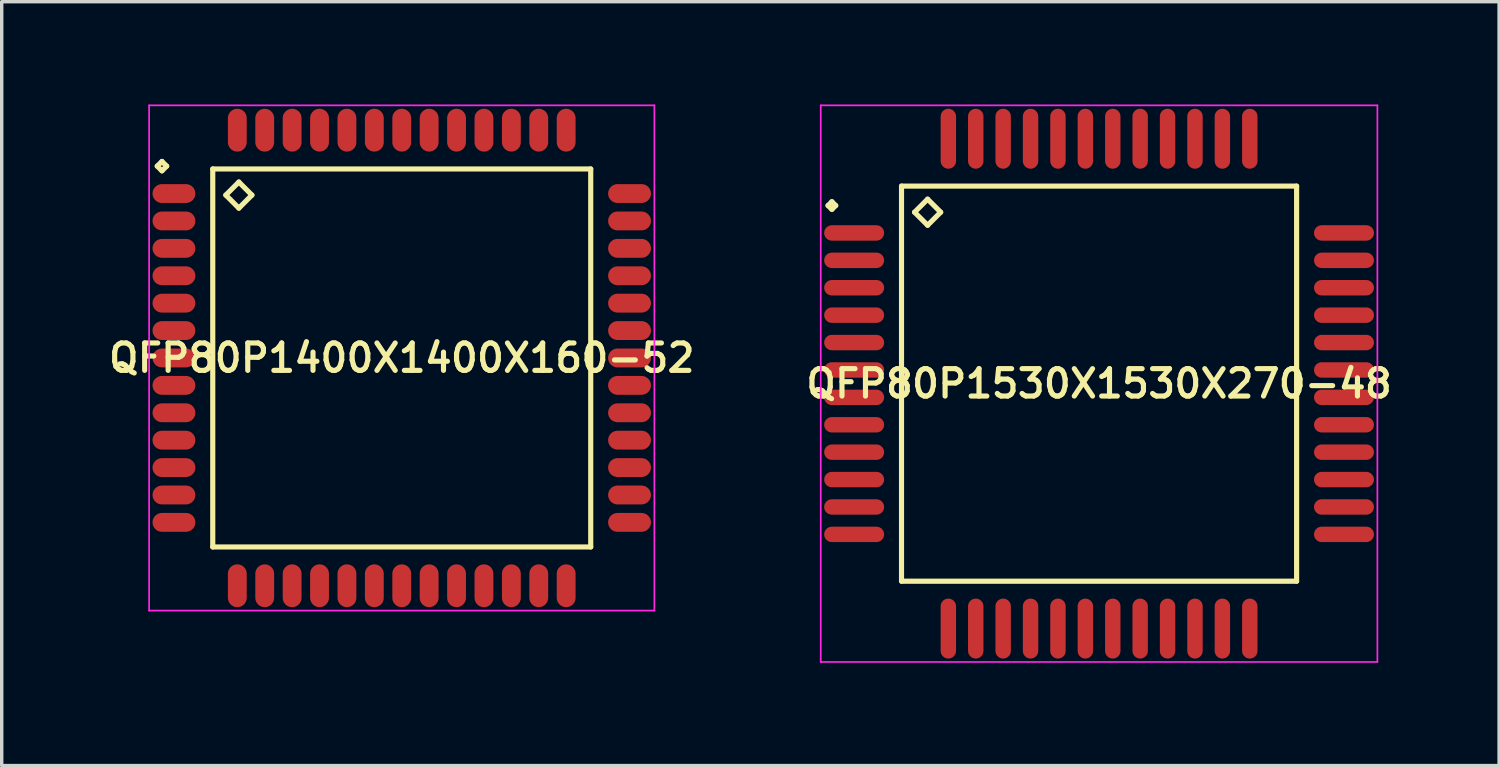
<source format=kicad_pcb>
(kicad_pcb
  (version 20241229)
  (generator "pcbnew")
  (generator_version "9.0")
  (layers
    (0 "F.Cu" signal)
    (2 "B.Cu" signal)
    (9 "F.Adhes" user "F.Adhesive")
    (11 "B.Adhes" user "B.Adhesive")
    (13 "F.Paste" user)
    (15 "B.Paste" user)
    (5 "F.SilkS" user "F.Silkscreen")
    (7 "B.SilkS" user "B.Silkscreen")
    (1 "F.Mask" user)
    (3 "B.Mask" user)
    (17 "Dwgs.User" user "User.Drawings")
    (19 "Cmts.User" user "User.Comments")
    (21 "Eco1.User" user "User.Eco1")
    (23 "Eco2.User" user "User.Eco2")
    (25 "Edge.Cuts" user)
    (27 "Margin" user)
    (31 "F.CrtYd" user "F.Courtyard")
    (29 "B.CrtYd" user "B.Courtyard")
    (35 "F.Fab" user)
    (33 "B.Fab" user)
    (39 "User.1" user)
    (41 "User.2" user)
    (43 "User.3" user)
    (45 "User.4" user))
  (footprint "QFP80P1400X1400X160-52"
    (layer "F.Cu")
    (at 8.678 7.4)
    (property "Reference" "QFP80P1400X1400X160-52" (at 0 0 0) (layer "F.SilkS") (effects (font (size 0.8 0.8) (thickness 0.15))))
    (attr smd)
    (fp_line (start -7.138 -5.6) (end -7 -5.737) (stroke (width 0.15) (type solid)) (layer "F.SilkS"))
    (fp_line (start -7 -5.737) (end -6.862 -5.6) (stroke (width 0.15) (type solid)) (layer "F.SilkS"))
    (fp_line (start -7 -5.463) (end -7.138 -5.6) (stroke (width 0.15) (type solid)) (layer "F.SilkS"))
    (fp_line (start -6.862 -5.6) (end -7 -5.463) (stroke (width 0.15) (type solid)) (layer "F.SilkS"))
    (fp_line (start -5.517 -5.517) (end -5.517 5.517) (stroke (width 0.15) (type solid)) (layer "F.SilkS"))
    (fp_line (start -5.517 5.517) (end 5.517 5.517) (stroke (width 0.15) (type solid)) (layer "F.SilkS"))
    (fp_line (start -5.136 -4.755) (end -4.755 -5.136) (stroke (width 0.15) (type solid)) (layer "F.SilkS"))
    (fp_line (start -4.755 -5.136) (end -4.374 -4.755) (stroke (width 0.15) (type solid)) (layer "F.SilkS"))
    (fp_line (start -4.755 -4.374) (end -5.136 -4.755) (stroke (width 0.15) (type solid)) (layer "F.SilkS"))
    (fp_line (start -4.374 -4.755) (end -4.755 -4.374) (stroke (width 0.15) (type solid)) (layer "F.SilkS"))
    (fp_line (start 5.517 -5.517) (end -5.517 -5.517) (stroke (width 0.15) (type solid)) (layer "F.SilkS"))
    (fp_line (start 5.517 5.517) (end 5.517 -5.517) (stroke (width 0.15) (type solid)) (layer "F.SilkS"))
    (fp_line (start -7.375 -7.375) (end 7.375 -7.375) (stroke (width 0.05) (type solid)) (layer "F.CrtYd"))
    (fp_line (start -7.375 7.375) (end -7.375 -7.375) (stroke (width 0.05) (type solid)) (layer "F.CrtYd"))
    (fp_line (start 7.375 -7.375) (end 7.375 7.375) (stroke (width 0.05) (type solid)) (layer "F.CrtYd"))
    (fp_line (start 7.375 7.375) (end -7.375 7.375) (stroke (width 0.05) (type solid)) (layer "F.CrtYd"))
    (pad "1" smd oval (at -6.65 -4.8) (size 1.25 0.55) (layers "F.Cu" "F.Mask" "F.Paste"))
    (pad "2" smd oval (at -6.65 -4) (size 1.25 0.55) (layers "F.Cu" "F.Mask" "F.Paste"))
    (pad "3" smd oval (at -6.65 -3.2) (size 1.25 0.55) (layers "F.Cu" "F.Mask" "F.Paste"))
    (pad "4" smd oval (at -6.65 -2.4) (size 1.25 0.55) (layers "F.Cu" "F.Mask" "F.Paste"))
    (pad "5" smd oval (at -6.65 -1.6) (size 1.25 0.55) (layers "F.Cu" "F.Mask" "F.Paste"))
    (pad "6" smd oval (at -6.65 -0.8) (size 1.25 0.55) (layers "F.Cu" "F.Mask" "F.Paste"))
    (pad "7" smd oval (at -6.65 0) (size 1.25 0.55) (layers "F.Cu" "F.Mask" "F.Paste"))
    (pad "8" smd oval (at -6.65 0.8) (size 1.25 0.55) (layers "F.Cu" "F.Mask" "F.Paste"))
    (pad "9" smd oval (at -6.65 1.6) (size 1.25 0.55) (layers "F.Cu" "F.Mask" "F.Paste"))
    (pad "10" smd oval (at -6.65 2.4) (size 1.25 0.55) (layers "F.Cu" "F.Mask" "F.Paste"))
    (pad "11" smd oval (at -6.65 3.2) (size 1.25 0.55) (layers "F.Cu" "F.Mask" "F.Paste"))
    (pad "12" smd oval (at -6.65 4) (size 1.25 0.55) (layers "F.Cu" "F.Mask" "F.Paste"))
    (pad "13" smd oval (at -6.65 4.8) (size 1.25 0.55) (layers "F.Cu" "F.Mask" "F.Paste"))
    (pad "14" smd oval (at -4.8 6.65) (size 0.55 1.25) (layers "F.Cu" "F.Mask" "F.Paste"))
    (pad "15" smd oval (at -4 6.65) (size 0.55 1.25) (layers "F.Cu" "F.Mask" "F.Paste"))
    (pad "16" smd oval (at -3.2 6.65) (size 0.55 1.25) (layers "F.Cu" "F.Mask" "F.Paste"))
    (pad "17" smd oval (at -2.4 6.65) (size 0.55 1.25) (layers "F.Cu" "F.Mask" "F.Paste"))
    (pad "18" smd oval (at -1.6 6.65) (size 0.55 1.25) (layers "F.Cu" "F.Mask" "F.Paste"))
    (pad "19" smd oval (at -0.8 6.65) (size 0.55 1.25) (layers "F.Cu" "F.Mask" "F.Paste"))
    (pad "20" smd oval (at 0 6.65) (size 0.55 1.25) (layers "F.Cu" "F.Mask" "F.Paste"))
    (pad "21" smd oval (at 0.8 6.65) (size 0.55 1.25) (layers "F.Cu" "F.Mask" "F.Paste"))
    (pad "22" smd oval (at 1.6 6.65) (size 0.55 1.25) (layers "F.Cu" "F.Mask" "F.Paste"))
    (pad "23" smd oval (at 2.4 6.65) (size 0.55 1.25) (layers "F.Cu" "F.Mask" "F.Paste"))
    (pad "24" smd oval (at 3.2 6.65) (size 0.55 1.25) (layers "F.Cu" "F.Mask" "F.Paste"))
    (pad "25" smd oval (at 4 6.65) (size 0.55 1.25) (layers "F.Cu" "F.Mask" "F.Paste"))
    (pad "26" smd oval (at 4.8 6.65) (size 0.55 1.25) (layers "F.Cu" "F.Mask" "F.Paste"))
    (pad "27" smd oval (at 6.65 4.8) (size 1.25 0.55) (layers "F.Cu" "F.Mask" "F.Paste"))
    (pad "28" smd oval (at 6.65 4) (size 1.25 0.55) (layers "F.Cu" "F.Mask" "F.Paste"))
    (pad "29" smd oval (at 6.65 3.2) (size 1.25 0.55) (layers "F.Cu" "F.Mask" "F.Paste"))
    (pad "30" smd oval (at 6.65 2.4) (size 1.25 0.55) (layers "F.Cu" "F.Mask" "F.Paste"))
    (pad "31" smd oval (at 6.65 1.6) (size 1.25 0.55) (layers "F.Cu" "F.Mask" "F.Paste"))
    (pad "32" smd oval (at 6.65 0.8) (size 1.25 0.55) (layers "F.Cu" "F.Mask" "F.Paste"))
    (pad "33" smd oval (at 6.65 0) (size 1.25 0.55) (layers "F.Cu" "F.Mask" "F.Paste"))
    (pad "34" smd oval (at 6.65 -0.8) (size 1.25 0.55) (layers "F.Cu" "F.Mask" "F.Paste"))
    (pad "35" smd oval (at 6.65 -1.6) (size 1.25 0.55) (layers "F.Cu" "F.Mask" "F.Paste"))
    (pad "36" smd oval (at 6.65 -2.4) (size 1.25 0.55) (layers "F.Cu" "F.Mask" "F.Paste"))
    (pad "37" smd oval (at 6.65 -3.2) (size 1.25 0.55) (layers "F.Cu" "F.Mask" "F.Paste"))
    (pad "38" smd oval (at 6.65 -4) (size 1.25 0.55) (layers "F.Cu" "F.Mask" "F.Paste"))
    (pad "39" smd oval (at 6.65 -4.8) (size 1.25 0.55) (layers "F.Cu" "F.Mask" "F.Paste"))
    (pad "40" smd oval (at 4.8 -6.65) (size 0.55 1.25) (layers "F.Cu" "F.Mask" "F.Paste"))
    (pad "41" smd oval (at 4 -6.65) (size 0.55 1.25) (layers "F.Cu" "F.Mask" "F.Paste"))
    (pad "42" smd oval (at 3.2 -6.65) (size 0.55 1.25) (layers "F.Cu" "F.Mask" "F.Paste"))
    (pad "43" smd oval (at 2.4 -6.65) (size 0.55 1.25) (layers "F.Cu" "F.Mask" "F.Paste"))
    (pad "44" smd oval (at 1.6 -6.65) (size 0.55 1.25) (layers "F.Cu" "F.Mask" "F.Paste"))
    (pad "45" smd oval (at 0.8 -6.65) (size 0.55 1.25) (layers "F.Cu" "F.Mask" "F.Paste"))
    (pad "46" smd oval (at 0 -6.65) (size 0.55 1.25) (layers "F.Cu" "F.Mask" "F.Paste"))
    (pad "47" smd oval (at -0.8 -6.65) (size 0.55 1.25) (layers "F.Cu" "F.Mask" "F.Paste"))
    (pad "48" smd oval (at -1.6 -6.65) (size 0.55 1.25) (layers "F.Cu" "F.Mask" "F.Paste"))
    (pad "49" smd oval (at -2.4 -6.65) (size 0.55 1.25) (layers "F.Cu" "F.Mask" "F.Paste"))
    (pad "50" smd oval (at -3.2 -6.65) (size 0.55 1.25) (layers "F.Cu" "F.Mask" "F.Paste"))
    (pad "51" smd oval (at -4 -6.65) (size 0.55 1.25) (layers "F.Cu" "F.Mask" "F.Paste"))
    (pad "52" smd oval (at -4.8 -6.65) (size 0.55 1.25) (layers "F.Cu" "F.Mask" "F.Paste")))
  (footprint "QFP80P1530X1530X270-48"
    (layer "F.Cu")
    (at 29.035 8.15)
    (property "Reference" "QFP80P1530X1530X270-48" (at 0 0 0) (layer "F.SilkS") (effects (font (size 0.8 0.8) (thickness 0.15))))
    (attr smd)
    (fp_line (start -7.912 -5.2) (end -7.8 -5.312) (stroke (width 0.15) (type solid)) (layer "F.SilkS"))
    (fp_line (start -7.8 -5.312) (end -7.688 -5.2) (stroke (width 0.15) (type solid)) (layer "F.SilkS"))
    (fp_line (start -7.8 -5.088) (end -7.912 -5.2) (stroke (width 0.15) (type solid)) (layer "F.SilkS"))
    (fp_line (start -7.688 -5.2) (end -7.8 -5.088) (stroke (width 0.15) (type solid)) (layer "F.SilkS"))
    (fp_line (start -5.767 -5.767) (end -5.767 5.767) (stroke (width 0.15) (type solid)) (layer "F.SilkS"))
    (fp_line (start -5.767 5.767) (end 5.767 5.767) (stroke (width 0.15) (type solid)) (layer "F.SilkS"))
    (fp_line (start -5.386 -5.005) (end -5.005 -5.386) (stroke (width 0.15) (type solid)) (layer "F.SilkS"))
    (fp_line (start -5.005 -5.386) (end -4.624 -5.005) (stroke (width 0.15) (type solid)) (layer "F.SilkS"))
    (fp_line (start -5.005 -4.624) (end -5.386 -5.005) (stroke (width 0.15) (type solid)) (layer "F.SilkS"))
    (fp_line (start -4.624 -5.005) (end -5.005 -4.624) (stroke (width 0.15) (type solid)) (layer "F.SilkS"))
    (fp_line (start 5.767 -5.767) (end -5.767 -5.767) (stroke (width 0.15) (type solid)) (layer "F.SilkS"))
    (fp_line (start 5.767 5.767) (end 5.767 -5.767) (stroke (width 0.15) (type solid)) (layer "F.SilkS"))
    (fp_line (start -8.125 -8.125) (end 8.125 -8.125) (stroke (width 0.05) (type solid)) (layer "F.CrtYd"))
    (fp_line (start -8.125 8.125) (end -8.125 -8.125) (stroke (width 0.05) (type solid)) (layer "F.CrtYd"))
    (fp_line (start 8.125 -8.125) (end 8.125 8.125) (stroke (width 0.05) (type solid)) (layer "F.CrtYd"))
    (fp_line (start 8.125 8.125) (end -8.125 8.125) (stroke (width 0.05) (type solid)) (layer "F.CrtYd"))
    (pad "1" smd oval (at -7.15 -4.4) (size 1.75 0.45) (layers "F.Cu" "F.Mask" "F.Paste"))
    (pad "2" smd oval (at -7.15 -3.6) (size 1.75 0.45) (layers "F.Cu" "F.Mask" "F.Paste"))
    (pad "3" smd oval (at -7.15 -2.8) (size 1.75 0.45) (layers "F.Cu" "F.Mask" "F.Paste"))
    (pad "4" smd oval (at -7.15 -2) (size 1.75 0.45) (layers "F.Cu" "F.Mask" "F.Paste"))
    (pad "5" smd oval (at -7.15 -1.2) (size 1.75 0.45) (layers "F.Cu" "F.Mask" "F.Paste"))
    (pad "6" smd oval (at -7.15 -0.4) (size 1.75 0.45) (layers "F.Cu" "F.Mask" "F.Paste"))
    (pad "7" smd oval (at -7.15 0.4) (size 1.75 0.45) (layers "F.Cu" "F.Mask" "F.Paste"))
    (pad "8" smd oval (at -7.15 1.2) (size 1.75 0.45) (layers "F.Cu" "F.Mask" "F.Paste"))
    (pad "9" smd oval (at -7.15 2) (size 1.75 0.45) (layers "F.Cu" "F.Mask" "F.Paste"))
    (pad "10" smd oval (at -7.15 2.8) (size 1.75 0.45) (layers "F.Cu" "F.Mask" "F.Paste"))
    (pad "11" smd oval (at -7.15 3.6) (size 1.75 0.45) (layers "F.Cu" "F.Mask" "F.Paste"))
    (pad "12" smd oval (at -7.15 4.4) (size 1.75 0.45) (layers "F.Cu" "F.Mask" "F.Paste"))
    (pad "13" smd oval (at -4.4 7.15) (size 0.45 1.75) (layers "F.Cu" "F.Mask" "F.Paste"))
    (pad "14" smd oval (at -3.6 7.15) (size 0.45 1.75) (layers "F.Cu" "F.Mask" "F.Paste"))
    (pad "15" smd oval (at -2.8 7.15) (size 0.45 1.75) (layers "F.Cu" "F.Mask" "F.Paste"))
    (pad "16" smd oval (at -2 7.15) (size 0.45 1.75) (layers "F.Cu" "F.Mask" "F.Paste"))
    (pad "17" smd oval (at -1.2 7.15) (size 0.45 1.75) (layers "F.Cu" "F.Mask" "F.Paste"))
    (pad "18" smd oval (at -0.4 7.15) (size 0.45 1.75) (layers "F.Cu" "F.Mask" "F.Paste"))
    (pad "19" smd oval (at 0.4 7.15) (size 0.45 1.75) (layers "F.Cu" "F.Mask" "F.Paste"))
    (pad "20" smd oval (at 1.2 7.15) (size 0.45 1.75) (layers "F.Cu" "F.Mask" "F.Paste"))
    (pad "21" smd oval (at 2 7.15) (size 0.45 1.75) (layers "F.Cu" "F.Mask" "F.Paste"))
    (pad "22" smd oval (at 2.8 7.15) (size 0.45 1.75) (layers "F.Cu" "F.Mask" "F.Paste"))
    (pad "23" smd oval (at 3.6 7.15) (size 0.45 1.75) (layers "F.Cu" "F.Mask" "F.Paste"))
    (pad "24" smd oval (at 4.4 7.15) (size 0.45 1.75) (layers "F.Cu" "F.Mask" "F.Paste"))
    (pad "25" smd oval (at 7.15 4.4) (size 1.75 0.45) (layers "F.Cu" "F.Mask" "F.Paste"))
    (pad "26" smd oval (at 7.15 3.6) (size 1.75 0.45) (layers "F.Cu" "F.Mask" "F.Paste"))
    (pad "27" smd oval (at 7.15 2.8) (size 1.75 0.45) (layers "F.Cu" "F.Mask" "F.Paste"))
    (pad "28" smd oval (at 7.15 2) (size 1.75 0.45) (layers "F.Cu" "F.Mask" "F.Paste"))
    (pad "29" smd oval (at 7.15 1.2) (size 1.75 0.45) (layers "F.Cu" "F.Mask" "F.Paste"))
    (pad "30" smd oval (at 7.15 0.4) (size 1.75 0.45) (layers "F.Cu" "F.Mask" "F.Paste"))
    (pad "31" smd oval (at 7.15 -0.4) (size 1.75 0.45) (layers "F.Cu" "F.Mask" "F.Paste"))
    (pad "32" smd oval (at 7.15 -1.2) (size 1.75 0.45) (layers "F.Cu" "F.Mask" "F.Paste"))
    (pad "33" smd oval (at 7.15 -2) (size 1.75 0.45) (layers "F.Cu" "F.Mask" "F.Paste"))
    (pad "34" smd oval (at 7.15 -2.8) (size 1.75 0.45) (layers "F.Cu" "F.Mask" "F.Paste"))
    (pad "35" smd oval (at 7.15 -3.6) (size 1.75 0.45) (layers "F.Cu" "F.Mask" "F.Paste"))
    (pad "36" smd oval (at 7.15 -4.4) (size 1.75 0.45) (layers "F.Cu" "F.Mask" "F.Paste"))
    (pad "37" smd oval (at 4.4 -7.15) (size 0.45 1.75) (layers "F.Cu" "F.Mask" "F.Paste"))
    (pad "38" smd oval (at 3.6 -7.15) (size 0.45 1.75) (layers "F.Cu" "F.Mask" "F.Paste"))
    (pad "39" smd oval (at 2.8 -7.15) (size 0.45 1.75) (layers "F.Cu" "F.Mask" "F.Paste"))
    (pad "40" smd oval (at 2 -7.15) (size 0.45 1.75) (layers "F.Cu" "F.Mask" "F.Paste"))
    (pad "41" smd oval (at 1.2 -7.15) (size 0.45 1.75) (layers "F.Cu" "F.Mask" "F.Paste"))
    (pad "42" smd oval (at 0.4 -7.15) (size 0.45 1.75) (layers "F.Cu" "F.Mask" "F.Paste"))
    (pad "43" smd oval (at -0.4 -7.15) (size 0.45 1.75) (layers "F.Cu" "F.Mask" "F.Paste"))
    (pad "44" smd oval (at -1.2 -7.15) (size 0.45 1.75) (layers "F.Cu" "F.Mask" "F.Paste"))
    (pad "45" smd oval (at -2 -7.15) (size 0.45 1.75) (layers "F.Cu" "F.Mask" "F.Paste"))
    (pad "46" smd oval (at -2.8 -7.15) (size 0.45 1.75) (layers "F.Cu" "F.Mask" "F.Paste"))
    (pad "47" smd oval (at -3.6 -7.15) (size 0.45 1.75) (layers "F.Cu" "F.Mask" "F.Paste"))
    (pad "48" smd oval (at -4.4 -7.15) (size 0.45 1.75) (layers "F.Cu" "F.Mask" "F.Paste")))
  (gr_rect
    (start -3 -3)
    (end 40.713 19.3)
    (stroke (width 0.1) (type default))
    (fill no)
    (layer "Edge.Cuts")))
</source>
